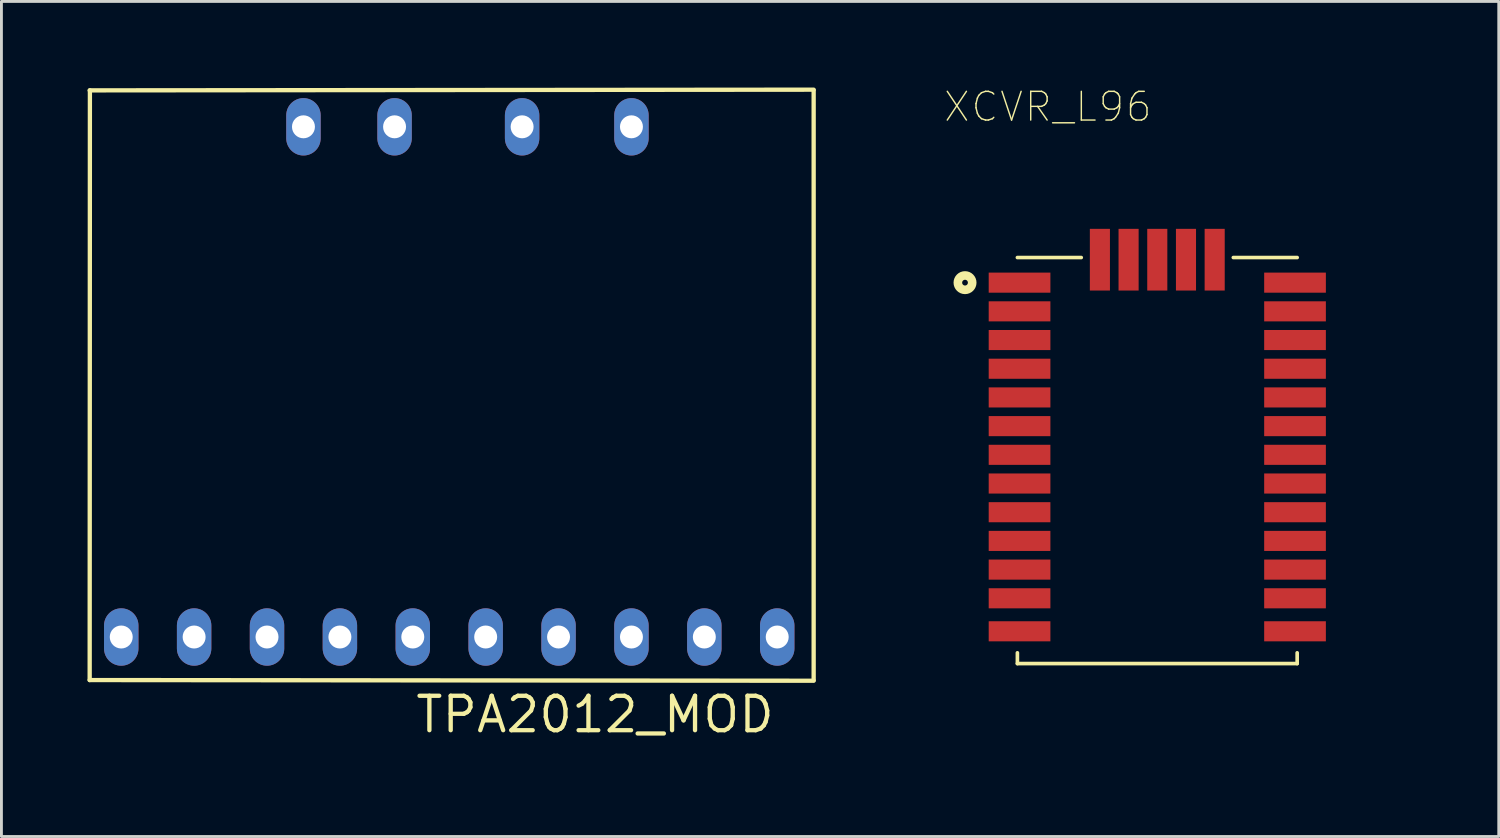
<source format=kicad_pcb>
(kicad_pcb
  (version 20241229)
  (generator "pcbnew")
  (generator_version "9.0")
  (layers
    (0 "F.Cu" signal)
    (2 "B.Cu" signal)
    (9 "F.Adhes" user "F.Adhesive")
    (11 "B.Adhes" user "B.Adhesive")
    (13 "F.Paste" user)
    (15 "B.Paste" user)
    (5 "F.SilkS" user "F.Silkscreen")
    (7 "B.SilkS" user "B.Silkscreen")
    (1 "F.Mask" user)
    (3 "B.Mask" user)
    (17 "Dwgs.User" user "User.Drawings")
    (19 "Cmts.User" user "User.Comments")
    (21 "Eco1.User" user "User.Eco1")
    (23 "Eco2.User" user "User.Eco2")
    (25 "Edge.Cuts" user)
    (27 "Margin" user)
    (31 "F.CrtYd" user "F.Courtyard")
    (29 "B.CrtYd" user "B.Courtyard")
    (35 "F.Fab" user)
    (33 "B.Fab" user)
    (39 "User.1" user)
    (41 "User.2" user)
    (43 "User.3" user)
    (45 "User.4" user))
  (footprint "TPA2012_MOD"
    (layer "F.Cu")
    (at 17.685 19.149)
    (property "Reference" "TPA2012_MOD" (at 0 2.7 0) (layer "F.SilkS") (effects (font (size 1.2 1.2) (thickness 0.15))))
    (attr through_hole)
    (fp_line (start -17.61 -19.05) (end 7.62 -19.074) (stroke (width 0.15) (type solid)) (layer "F.SilkS"))
    (fp_line (start -17.61 1.5) (end -17.602 -19.05) (stroke (width 0.15) (type solid)) (layer "F.SilkS"))
    (fp_line (start 7.62 -19.05) (end 7.62 1.5) (stroke (width 0.15) (type solid)) (layer "F.SilkS"))
    (fp_line (start 7.62 1.524) (end -17.61 1.5) (stroke (width 0.15) (type solid)) (layer "F.SilkS"))
    (pad "1" thru_hole oval (at -16.51 0) (size 1.2 2) (drill 0.8) (layers "*.Cu" "*.Mask"))
    (pad "2" thru_hole oval (at -13.97 0) (size 1.2 2) (drill 0.8) (layers "*.Cu" "*.Mask"))
    (pad "3" thru_hole oval (at -11.43 0) (size 1.2 2) (drill 0.8) (layers "*.Cu" "*.Mask"))
    (pad "4" thru_hole oval (at -8.89 0) (size 1.2 2) (drill 0.8) (layers "*.Cu" "*.Mask"))
    (pad "5" thru_hole oval (at -6.35 0) (size 1.2 2) (drill 0.8) (layers "*.Cu" "*.Mask"))
    (pad "6" thru_hole oval (at -3.81 0) (size 1.2 2) (drill 0.8) (layers "*.Cu" "*.Mask"))
    (pad "7" thru_hole oval (at -1.27 0) (size 1.2 2) (drill 0.8) (layers "*.Cu" "*.Mask"))
    (pad "8" thru_hole oval (at 1.27 0) (size 1.2 2) (drill 0.8) (layers "*.Cu" "*.Mask"))
    (pad "9" thru_hole oval (at 3.81 0) (size 1.2 2) (drill 0.8) (layers "*.Cu" "*.Mask"))
    (pad "10" thru_hole oval (at 6.35 0) (size 1.2 2) (drill 0.8) (layers "*.Cu" "*.Mask"))
    (pad "11" thru_hole oval (at -10.16 -17.78) (size 1.2 2) (drill 0.8) (layers "*.Cu" "*.Mask"))
    (pad "12" thru_hole oval (at -6.985 -17.78) (size 1.2 2) (drill 0.8) (layers "*.Cu" "*.Mask"))
    (pad "13" thru_hole oval (at -2.54 -17.78) (size 1.2 2) (drill 0.8) (layers "*.Cu" "*.Mask"))
    (pad "14" thru_hole oval (at 1.27 -17.78) (size 1.2 2) (drill 0.8) (layers "*.Cu" "*.Mask")))
  (footprint "XCVR_L96"
    (layer "F.Cu")
    (at 37.28 13)
    (property "Reference" "XCVR_L96" (at -3.815 -12.327 0) (layer "F.SilkS") (effects (font (size 1.001 1.001) (thickness 0.05))))
    (attr smd)
    (fp_line (start -4.875 -7.075) (end -2.65 -7.075) (stroke (width 0.127) (type solid)) (layer "F.SilkS"))
    (fp_line (start -4.875 6.7) (end -4.875 7.075) (stroke (width 0.127) (type solid)) (layer "F.SilkS"))
    (fp_line (start -4.875 7.075) (end 4.875 7.075) (stroke (width 0.127) (type solid)) (layer "F.SilkS"))
    (fp_line (start 2.65 -7.075) (end 4.875 -7.075) (stroke (width 0.127) (type solid)) (layer "F.SilkS"))
    (fp_line (start 4.875 7.075) (end 4.875 6.7) (stroke (width 0.127) (type solid)) (layer "F.SilkS"))
    (fp_circle (center -6.7 -6.2) (end -6.6 -6.2) (stroke (width 0.3) (type solid)) (fill no) (layer "F.SilkS"))
    (fp_poly (pts (xy -6.275 -6.55) (xy -3.825 -6.55) (xy -3.825 -5.85) (xy -6.275 -5.85)) (stroke (width 0) (type solid)) (fill yes) (layer "F.Paste"))
    (fp_poly (pts (xy -6.275 -5.55) (xy -3.825 -5.55) (xy -3.825 -4.85) (xy -6.275 -4.85)) (stroke (width 0) (type solid)) (fill yes) (layer "F.Paste"))
    (fp_poly (pts (xy -6.275 -4.55) (xy -3.825 -4.55) (xy -3.825 -3.85) (xy -6.275 -3.85)) (stroke (width 0) (type solid)) (fill yes) (layer "F.Paste"))
    (fp_poly (pts (xy -6.275 -3.55) (xy -3.825 -3.55) (xy -3.825 -2.85) (xy -6.275 -2.85)) (stroke (width 0) (type solid)) (fill yes) (layer "F.Paste"))
    (fp_poly (pts (xy -6.275 -2.55) (xy -3.825 -2.55) (xy -3.825 -1.85) (xy -6.275 -1.85)) (stroke (width 0) (type solid)) (fill yes) (layer "F.Paste"))
    (fp_poly (pts (xy -6.275 -1.55) (xy -3.825 -1.55) (xy -3.825 -0.85) (xy -6.275 -0.85)) (stroke (width 0) (type solid)) (fill yes) (layer "F.Paste"))
    (fp_poly (pts (xy -6.275 -0.55) (xy -3.825 -0.55) (xy -3.825 0.15) (xy -6.275 0.15)) (stroke (width 0) (type solid)) (fill yes) (layer "F.Paste"))
    (fp_poly (pts (xy -6.275 0.45) (xy -3.825 0.45) (xy -3.825 1.15) (xy -6.275 1.15)) (stroke (width 0) (type solid)) (fill yes) (layer "F.Paste"))
    (fp_poly (pts (xy -6.275 1.45) (xy -3.825 1.45) (xy -3.825 2.15) (xy -6.275 2.15)) (stroke (width 0) (type solid)) (fill yes) (layer "F.Paste"))
    (fp_poly (pts (xy -6.275 2.45) (xy -3.825 2.45) (xy -3.825 3.15) (xy -6.275 3.15)) (stroke (width 0) (type solid)) (fill yes) (layer "F.Paste"))
    (fp_poly (pts (xy -6.275 3.45) (xy -3.825 3.45) (xy -3.825 4.15) (xy -6.275 4.15)) (stroke (width 0) (type solid)) (fill yes) (layer "F.Paste"))
    (fp_poly (pts (xy -6.275 4.45) (xy -3.825 4.45) (xy -3.825 5.15) (xy -6.275 5.15)) (stroke (width 0) (type solid)) (fill yes) (layer "F.Paste"))
    (fp_poly (pts (xy -6.275 5.6) (xy -3.825 5.6) (xy -3.825 6.3) (xy -6.275 6.3)) (stroke (width 0) (type solid)) (fill yes) (layer "F.Paste"))
    (fp_poly (pts (xy -2.35 -8.475) (xy -1.65 -8.475) (xy -1.65 -6.025) (xy -2.35 -6.025)) (stroke (width 0) (type solid)) (fill yes) (layer "F.Paste"))
    (fp_poly (pts (xy -1.35 -8.475) (xy -0.65 -8.475) (xy -0.65 -6.025) (xy -1.35 -6.025)) (stroke (width 0) (type solid)) (fill yes) (layer "F.Paste"))
    (fp_poly (pts (xy -0.35 -8.475) (xy 0.35 -8.475) (xy 0.35 -6.025) (xy -0.35 -6.025)) (stroke (width 0) (type solid)) (fill yes) (layer "F.Paste"))
    (fp_poly (pts (xy 0.65 -8.475) (xy 1.35 -8.475) (xy 1.35 -6.025) (xy 0.65 -6.025)) (stroke (width 0) (type solid)) (fill yes) (layer "F.Paste"))
    (fp_poly (pts (xy 1.65 -8.475) (xy 2.35 -8.475) (xy 2.35 -6.025) (xy 1.65 -6.025)) (stroke (width 0) (type solid)) (fill yes) (layer "F.Paste"))
    (fp_poly (pts (xy 3.825 -6.55) (xy 6.275 -6.55) (xy 6.275 -5.85) (xy 3.825 -5.85)) (stroke (width 0) (type solid)) (fill yes) (layer "F.Paste"))
    (fp_poly (pts (xy 3.825 -5.55) (xy 6.275 -5.55) (xy 6.275 -4.85) (xy 3.825 -4.85)) (stroke (width 0) (type solid)) (fill yes) (layer "F.Paste"))
    (fp_poly (pts (xy 3.825 -4.55) (xy 6.275 -4.55) (xy 6.275 -3.85) (xy 3.825 -3.85)) (stroke (width 0) (type solid)) (fill yes) (layer "F.Paste"))
    (fp_poly (pts (xy 3.825 -3.55) (xy 6.275 -3.55) (xy 6.275 -2.85) (xy 3.825 -2.85)) (stroke (width 0) (type solid)) (fill yes) (layer "F.Paste"))
    (fp_poly (pts (xy 3.825 -2.55) (xy 6.275 -2.55) (xy 6.275 -1.85) (xy 3.825 -1.85)) (stroke (width 0) (type solid)) (fill yes) (layer "F.Paste"))
    (fp_poly (pts (xy 3.825 -1.55) (xy 6.275 -1.55) (xy 6.275 -0.85) (xy 3.825 -0.85)) (stroke (width 0) (type solid)) (fill yes) (layer "F.Paste"))
    (fp_poly (pts (xy 3.825 -0.55) (xy 6.275 -0.55) (xy 6.275 0.15) (xy 3.825 0.15)) (stroke (width 0) (type solid)) (fill yes) (layer "F.Paste"))
    (fp_poly (pts (xy 3.825 0.45) (xy 6.275 0.45) (xy 6.275 1.15) (xy 3.825 1.15)) (stroke (width 0) (type solid)) (fill yes) (layer "F.Paste"))
    (fp_poly (pts (xy 3.825 1.45) (xy 6.275 1.45) (xy 6.275 2.15) (xy 3.825 2.15)) (stroke (width 0) (type solid)) (fill yes) (layer "F.Paste"))
    (fp_poly (pts (xy 3.825 2.45) (xy 6.275 2.45) (xy 6.275 3.15) (xy 3.825 3.15)) (stroke (width 0) (type solid)) (fill yes) (layer "F.Paste"))
    (fp_poly (pts (xy 3.825 3.45) (xy 6.275 3.45) (xy 6.275 4.15) (xy 3.825 4.15)) (stroke (width 0) (type solid)) (fill yes) (layer "F.Paste"))
    (fp_poly (pts (xy 3.825 4.45) (xy 6.275 4.45) (xy 6.275 5.15) (xy 3.825 5.15)) (stroke (width 0) (type solid)) (fill yes) (layer "F.Paste"))
    (fp_poly (pts (xy 3.825 5.6) (xy 6.275 5.6) (xy 6.275 6.3) (xy 3.825 6.3)) (stroke (width 0) (type solid)) (fill yes) (layer "F.Paste"))
    (fp_line (start -8.875 -11.075) (end -8.875 10.075) (stroke (width 0.05) (type solid)) (layer "Eco1.User"))
    (fp_line (start -8.875 10.075) (end 8.875 10.075) (stroke (width 0.05) (type solid)) (layer "Eco1.User"))
    (fp_line (start 8.875 -11.075) (end -8.875 -11.075) (stroke (width 0.05) (type solid)) (layer "Eco1.User"))
    (fp_line (start 8.875 10.075) (end 8.875 -11.075) (stroke (width 0.05) (type solid)) (layer "Eco1.User"))
    (fp_line (start -4.875 -7.075) (end 4.875 -7.075) (stroke (width 0.127) (type solid)) (layer "Eco2.User"))
    (fp_line (start -4.875 7.075) (end -4.875 -7.075) (stroke (width 0.127) (type solid)) (layer "Eco2.User"))
    (fp_line (start 4.875 -7.075) (end 4.875 7.075) (stroke (width 0.127) (type solid)) (layer "Eco2.User"))
    (fp_line (start 4.875 7.075) (end -4.875 7.075) (stroke (width 0.127) (type solid)) (layer "Eco2.User"))
    (fp_circle (center -6.7 -6.2) (end -6.6 -6.2) (stroke (width 0.3) (type solid)) (fill no) (layer "Eco2.User"))
    (pad "1" smd rect (at -4.8 -6.2) (size 2.15 0.7) (layers "F.Cu" "F.Mask" "F.Paste"))
    (pad "2" smd rect (at -4.8 -5.2) (size 2.15 0.7) (layers "F.Cu" "F.Mask" "F.Paste"))
    (pad "3" smd rect (at -4.8 -4.2) (size 2.15 0.7) (layers "F.Cu" "F.Mask" "F.Paste"))
    (pad "4" smd rect (at -4.8 -3.2) (size 2.15 0.7) (layers "F.Cu" "F.Mask" "F.Paste"))
    (pad "5" smd rect (at -4.8 -2.2) (size 2.15 0.7) (layers "F.Cu" "F.Mask" "F.Paste"))
    (pad "6" smd rect (at -4.8 -1.2) (size 2.15 0.7) (layers "F.Cu" "F.Mask" "F.Paste"))
    (pad "7" smd rect (at -4.8 -0.2) (size 2.15 0.7) (layers "F.Cu" "F.Mask" "F.Paste"))
    (pad "8" smd rect (at -4.8 0.8) (size 2.15 0.7) (layers "F.Cu" "F.Mask" "F.Paste"))
    (pad "9" smd rect (at -4.8 1.8) (size 2.15 0.7) (layers "F.Cu" "F.Mask" "F.Paste"))
    (pad "10" smd rect (at -4.8 2.8) (size 2.15 0.7) (layers "F.Cu" "F.Mask" "F.Paste"))
    (pad "11" smd rect (at -4.8 3.8) (size 2.15 0.7) (layers "F.Cu" "F.Mask" "F.Paste"))
    (pad "12" smd rect (at -4.8 4.8) (size 2.15 0.7) (layers "F.Cu" "F.Mask" "F.Paste"))
    (pad "13" smd rect (at -4.8 5.95) (size 2.15 0.7) (layers "F.Cu" "F.Mask" "F.Paste"))
    (pad "14" smd rect (at 4.8 5.95) (size 2.15 0.7) (layers "F.Cu" "F.Mask" "F.Paste"))
    (pad "15" smd rect (at 4.8 4.8) (size 2.15 0.7) (layers "F.Cu" "F.Mask" "F.Paste"))
    (pad "16" smd rect (at 4.8 3.8) (size 2.15 0.7) (layers "F.Cu" "F.Mask" "F.Paste"))
    (pad "17" smd rect (at 4.8 2.8) (size 2.15 0.7) (layers "F.Cu" "F.Mask" "F.Paste"))
    (pad "18" smd rect (at 4.8 1.8) (size 2.15 0.7) (layers "F.Cu" "F.Mask" "F.Paste"))
    (pad "19" smd rect (at 4.8 0.8) (size 2.15 0.7) (layers "F.Cu" "F.Mask" "F.Paste"))
    (pad "20" smd rect (at 4.8 -0.2) (size 2.15 0.7) (layers "F.Cu" "F.Mask" "F.Paste"))
    (pad "21" smd rect (at 4.8 -1.2) (size 2.15 0.7) (layers "F.Cu" "F.Mask" "F.Paste"))
    (pad "22" smd rect (at 4.8 -2.2) (size 2.15 0.7) (layers "F.Cu" "F.Mask" "F.Paste"))
    (pad "23" smd rect (at 4.8 -3.2) (size 2.15 0.7) (layers "F.Cu" "F.Mask" "F.Paste"))
    (pad "24" smd rect (at 4.8 -4.2) (size 2.15 0.7) (layers "F.Cu" "F.Mask" "F.Paste"))
    (pad "25" smd rect (at 4.8 -5.2) (size 2.15 0.7) (layers "F.Cu" "F.Mask" "F.Paste"))
    (pad "26" smd rect (at 4.8 -6.2) (size 2.15 0.7) (layers "F.Cu" "F.Mask" "F.Paste"))
    (pad "27" smd rect (at 2 -7 90) (size 2.15 0.7) (layers "F.Cu" "F.Mask" "F.Paste"))
    (pad "28" smd rect (at 1 -7 90) (size 2.15 0.7) (layers "F.Cu" "F.Mask" "F.Paste"))
    (pad "29" smd rect (at 0 -7 90) (size 2.15 0.7) (layers "F.Cu" "F.Mask" "F.Paste"))
    (pad "30" smd rect (at -1 -7 90) (size 2.15 0.7) (layers "F.Cu" "F.Mask" "F.Paste"))
    (pad "31" smd rect (at -2 -7 90) (size 2.15 0.7) (layers "F.Cu" "F.Mask" "F.Paste")))
  (gr_rect
    (start -3 -3)
    (end 49.18 26.1)
    (stroke (width 0.1) (type default))
    (fill no)
    (layer "Edge.Cuts")))
</source>
